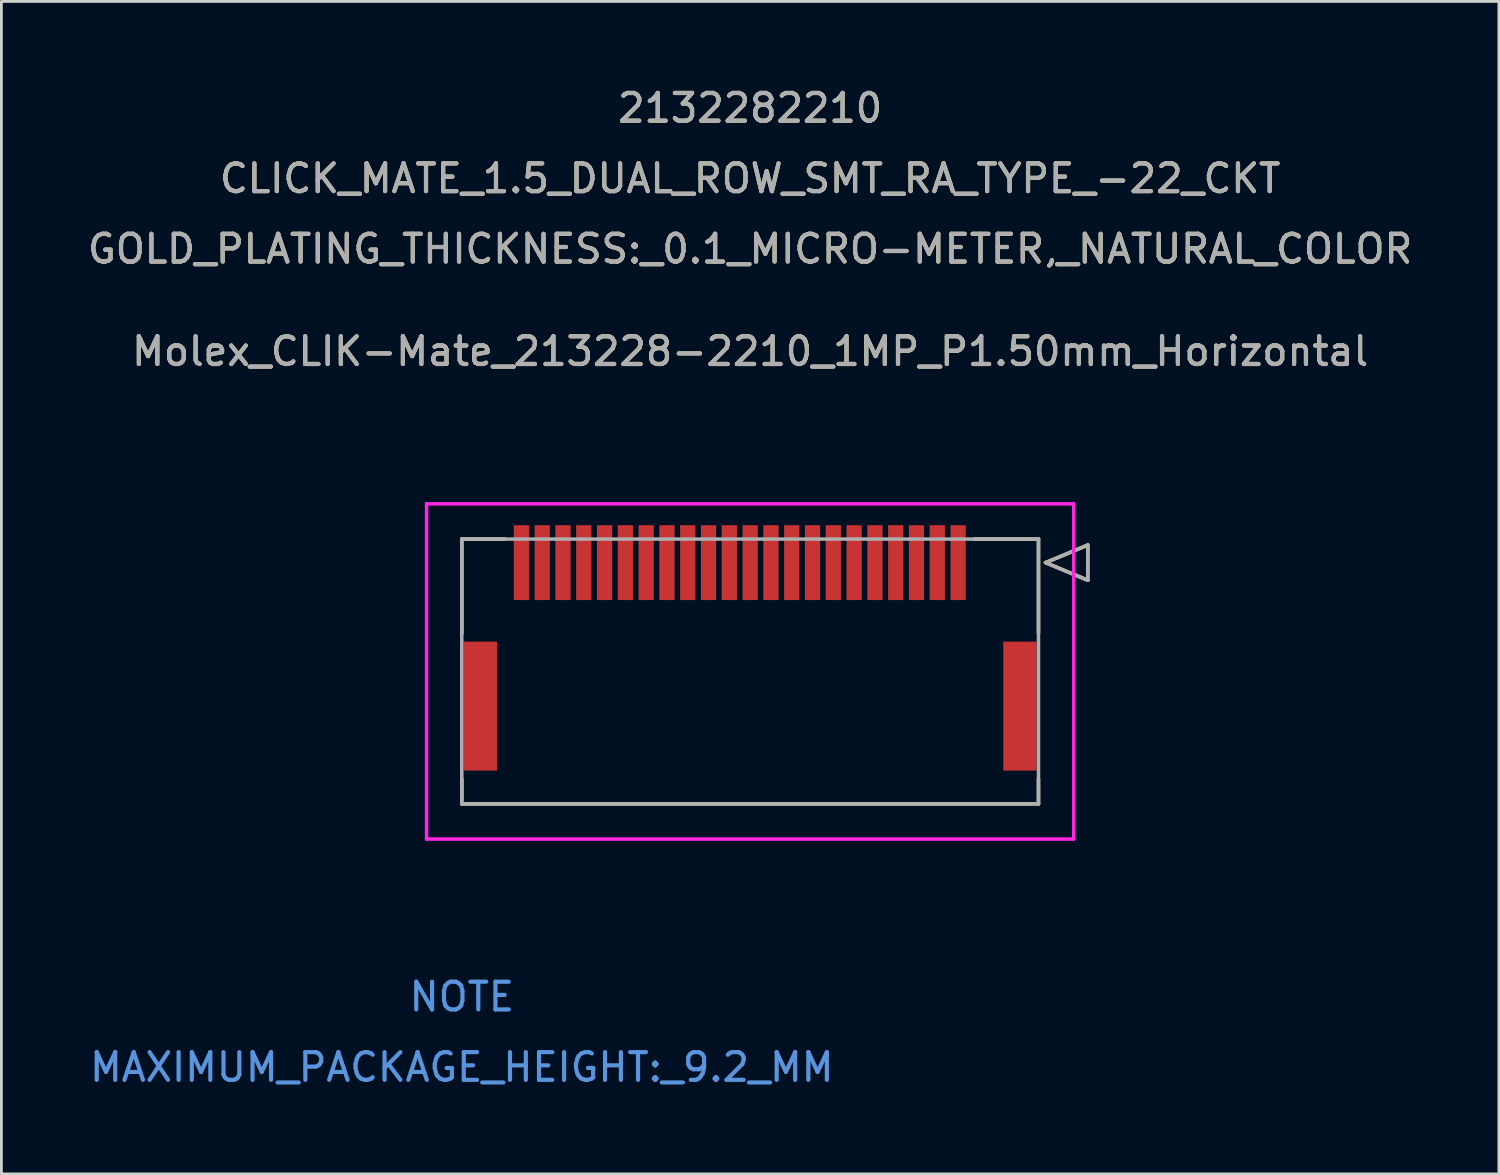
<source format=kicad_pcb>
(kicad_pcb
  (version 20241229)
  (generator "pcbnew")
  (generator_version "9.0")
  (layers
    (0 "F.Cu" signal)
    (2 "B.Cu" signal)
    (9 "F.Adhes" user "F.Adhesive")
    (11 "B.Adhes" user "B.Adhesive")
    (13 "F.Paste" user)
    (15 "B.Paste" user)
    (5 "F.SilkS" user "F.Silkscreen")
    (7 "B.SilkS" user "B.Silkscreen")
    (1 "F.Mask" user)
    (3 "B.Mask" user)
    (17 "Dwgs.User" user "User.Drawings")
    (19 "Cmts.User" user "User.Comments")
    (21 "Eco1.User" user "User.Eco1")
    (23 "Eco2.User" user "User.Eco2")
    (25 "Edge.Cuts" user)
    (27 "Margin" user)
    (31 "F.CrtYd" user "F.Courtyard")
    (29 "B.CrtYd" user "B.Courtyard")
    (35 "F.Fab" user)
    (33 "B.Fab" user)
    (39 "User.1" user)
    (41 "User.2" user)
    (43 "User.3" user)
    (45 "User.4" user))
  (footprint "Molex_CLIK-Mate_213228-2210_1MP_P1.50mm_Horizontal"
    (layer "F.Cu")
    (at 31.506 17.243)
    (property "Reference" "Molex_CLIK-Mate_213228-2210_1MP_P1.50mm_Horizontal" (at -7.5 -7.62 0) (unlocked yes) (layer "F.SilkS") (effects (font (size 1 1) (thickness 0.15))))
    (attr smd)
    (fp_line (start -17.9 -0.85) (end -17.9 2.538) (stroke (width 0.127) (type solid)) (layer "F.SilkS"))
    (fp_line (start -17.9 7.812) (end -17.9 8.7) (stroke (width 0.127) (type solid)) (layer "F.SilkS"))
    (fp_line (start -17.9 8.7) (end 2.9 8.7) (stroke (width 0.127) (type solid)) (layer "F.SilkS"))
    (fp_line (start -16.345 -0.85) (end -17.9 -0.85) (stroke (width 0.127) (type solid)) (layer "F.SilkS"))
    (fp_line (start 2.9 -0.85) (end 0.595 -0.85) (stroke (width 0.127) (type solid)) (layer "F.SilkS"))
    (fp_line (start 2.9 2.538) (end 2.9 -0.85) (stroke (width 0.127) (type solid)) (layer "F.SilkS"))
    (fp_line (start 2.9 8.7) (end 2.9 7.812) (stroke (width 0.127) (type solid)) (layer "F.SilkS"))
    (fp_line (start 3.154 0) (end 4.678 -0.635) (stroke (width 0.127) (type solid)) (layer "F.SilkS"))
    (fp_line (start 4.678 -0.635) (end 4.678 0.635) (stroke (width 0.127) (type solid)) (layer "F.SilkS"))
    (fp_line (start 4.678 0.635) (end 3.154 0) (stroke (width 0.127) (type solid)) (layer "F.SilkS"))
    (fp_line (start -19.17 -2.12) (end -19.17 9.97) (stroke (width 0.127) (type solid)) (layer "F.CrtYd"))
    (fp_line (start -19.17 9.97) (end 4.17 9.97) (stroke (width 0.127) (type solid)) (layer "F.CrtYd"))
    (fp_line (start 4.17 -2.12) (end -19.17 -2.12) (stroke (width 0.127) (type solid)) (layer "F.CrtYd"))
    (fp_line (start 4.17 9.97) (end 4.17 -2.12) (stroke (width 0.127) (type solid)) (layer "F.CrtYd"))
    (fp_line (start -17.9 -0.85) (end -17.9 8.7) (stroke (width 0.127) (type solid)) (layer "F.Fab"))
    (fp_line (start -17.9 8.7) (end 2.9 8.7) (stroke (width 0.127) (type solid)) (layer "F.Fab"))
    (fp_line (start 2.9 -0.85) (end -17.9 -0.85) (stroke (width 0.127) (type solid)) (layer "F.Fab"))
    (fp_line (start 2.9 8.7) (end 2.9 -0.85) (stroke (width 0.127) (type solid)) (layer "F.Fab"))
    (fp_line (start 3.154 0) (end 4.678 -0.635) (stroke (width 0.127) (type solid)) (layer "F.Fab"))
    (fp_line (start 4.678 -0.635) (end 4.678 0.635) (stroke (width 0.127) (type solid)) (layer "F.Fab"))
    (fp_line (start 4.678 0.635) (end 3.154 0) (stroke (width 0.127) (type solid)) (layer "F.Fab"))
    (fp_text user "GOLD_PLATING_THICKNESS:_0.1_MICRO-METER,_NATURAL_COLOR" (at -7.5 -11.315 0) (unlocked yes) (layer "F.SilkS") (effects (font (size 1 1) (thickness 0.15))))
    (fp_text user "CLICK_MATE_1.5_DUAL_ROW_SMT_RA_TYPE_-22_CKT" (at -7.5 -13.855 0) (unlocked yes) (layer "F.SilkS") (effects (font (size 1 1) (thickness 0.15))))
    (fp_text user "2132282210" (at -7.5 -16.395 0) (unlocked yes) (layer "F.SilkS") (effects (font (size 1 1) (thickness 0.15))))
    (fp_text user "NOTE" (at -17.9 15.66 0) (unlocked yes) (layer "Cmts.User") (effects (font (size 1 1) (thickness 0.15))))
    (fp_text user "MAXIMUM_PACKAGE_HEIGHT:_9.2_MM" (at -17.9 18.2 0) (unlocked yes) (layer "Cmts.User") (effects (font (size 1 1) (thickness 0.15))))
    (fp_text user "2132282210" (at -7.5 -16.395 0) (unlocked yes) (layer "F.Fab") (effects (font (size 1 1) (thickness 0.15))))
    (fp_text user "CLICK_MATE_1.5_DUAL_ROW_SMT_RA_TYPE_-22_CKT" (at -7.5 -13.855 0) (unlocked yes) (layer "F.Fab") (effects (font (size 1 1) (thickness 0.15))))
    (fp_text user "GOLD_PLATING_THICKNESS:_0.1_MICRO-METER,_NATURAL_COLOR" (at -7.5 -11.315 0) (unlocked yes) (layer "F.Fab") (effects (font (size 1 1) (thickness 0.15))))
    (fp_text user "${REFERENCE}" (at -7.5 -7.62 0) (unlocked yes) (layer "F.Fab") (effects (font (size 1 1) (thickness 0.15))))
    (pad "1" smd rect (at 0 0) (size 0.55 2.7) (layers "F.Cu" "F.Mask" "F.Paste"))
    (pad "2" smd rect (at -0.75 0) (size 0.55 2.7) (layers "F.Cu" "F.Mask" "F.Paste"))
    (pad "3" smd rect (at -1.5 0) (size 0.55 2.7) (layers "F.Cu" "F.Mask" "F.Paste"))
    (pad "4" smd rect (at -2.25 0) (size 0.55 2.7) (layers "F.Cu" "F.Mask" "F.Paste"))
    (pad "5" smd rect (at -3 0) (size 0.55 2.7) (layers "F.Cu" "F.Mask" "F.Paste"))
    (pad "6" smd rect (at -3.75 0) (size 0.55 2.7) (layers "F.Cu" "F.Mask" "F.Paste"))
    (pad "7" smd rect (at -4.5 0) (size 0.55 2.7) (layers "F.Cu" "F.Mask" "F.Paste"))
    (pad "8" smd rect (at -5.25 0) (size 0.55 2.7) (layers "F.Cu" "F.Mask" "F.Paste"))
    (pad "9" smd rect (at -6 0) (size 0.55 2.7) (layers "F.Cu" "F.Mask" "F.Paste"))
    (pad "10" smd rect (at -6.75 0) (size 0.55 2.7) (layers "F.Cu" "F.Mask" "F.Paste"))
    (pad "11" smd rect (at -7.5 0) (size 0.55 2.7) (layers "F.Cu" "F.Mask" "F.Paste"))
    (pad "12" smd rect (at -8.25 0) (size 0.55 2.7) (layers "F.Cu" "F.Mask" "F.Paste"))
    (pad "13" smd rect (at -9 0) (size 0.55 2.7) (layers "F.Cu" "F.Mask" "F.Paste"))
    (pad "14" smd rect (at -9.75 0) (size 0.55 2.7) (layers "F.Cu" "F.Mask" "F.Paste"))
    (pad "15" smd rect (at -10.5 0) (size 0.55 2.7) (layers "F.Cu" "F.Mask" "F.Paste"))
    (pad "16" smd rect (at -11.25 0) (size 0.55 2.7) (layers "F.Cu" "F.Mask" "F.Paste"))
    (pad "17" smd rect (at -12 0) (size 0.55 2.7) (layers "F.Cu" "F.Mask" "F.Paste"))
    (pad "18" smd rect (at -12.75 0) (size 0.55 2.7) (layers "F.Cu" "F.Mask" "F.Paste"))
    (pad "19" smd rect (at -13.5 0) (size 0.55 2.7) (layers "F.Cu" "F.Mask" "F.Paste"))
    (pad "20" smd rect (at -14.25 0) (size 0.55 2.7) (layers "F.Cu" "F.Mask" "F.Paste"))
    (pad "21" smd rect (at -15 0) (size 0.55 2.7) (layers "F.Cu" "F.Mask" "F.Paste"))
    (pad "22" smd rect (at -15.75 0) (size 0.55 2.7) (layers "F.Cu" "F.Mask" "F.Paste"))
    (pad "23" smd rect (at 2.23 5.175) (size 1.2 4.65) (layers "F.Cu" "F.Mask" "F.Paste"))
    (pad "24" smd rect (at -17.23 5.175) (size 1.2 4.65) (layers "F.Cu" "F.Mask" "F.Paste")))
  (gr_rect
    (start -3 -3)
    (end 51.012 39.291)
    (stroke (width 0.1) (type default))
    (fill no)
    (layer "Edge.Cuts")))
</source>
